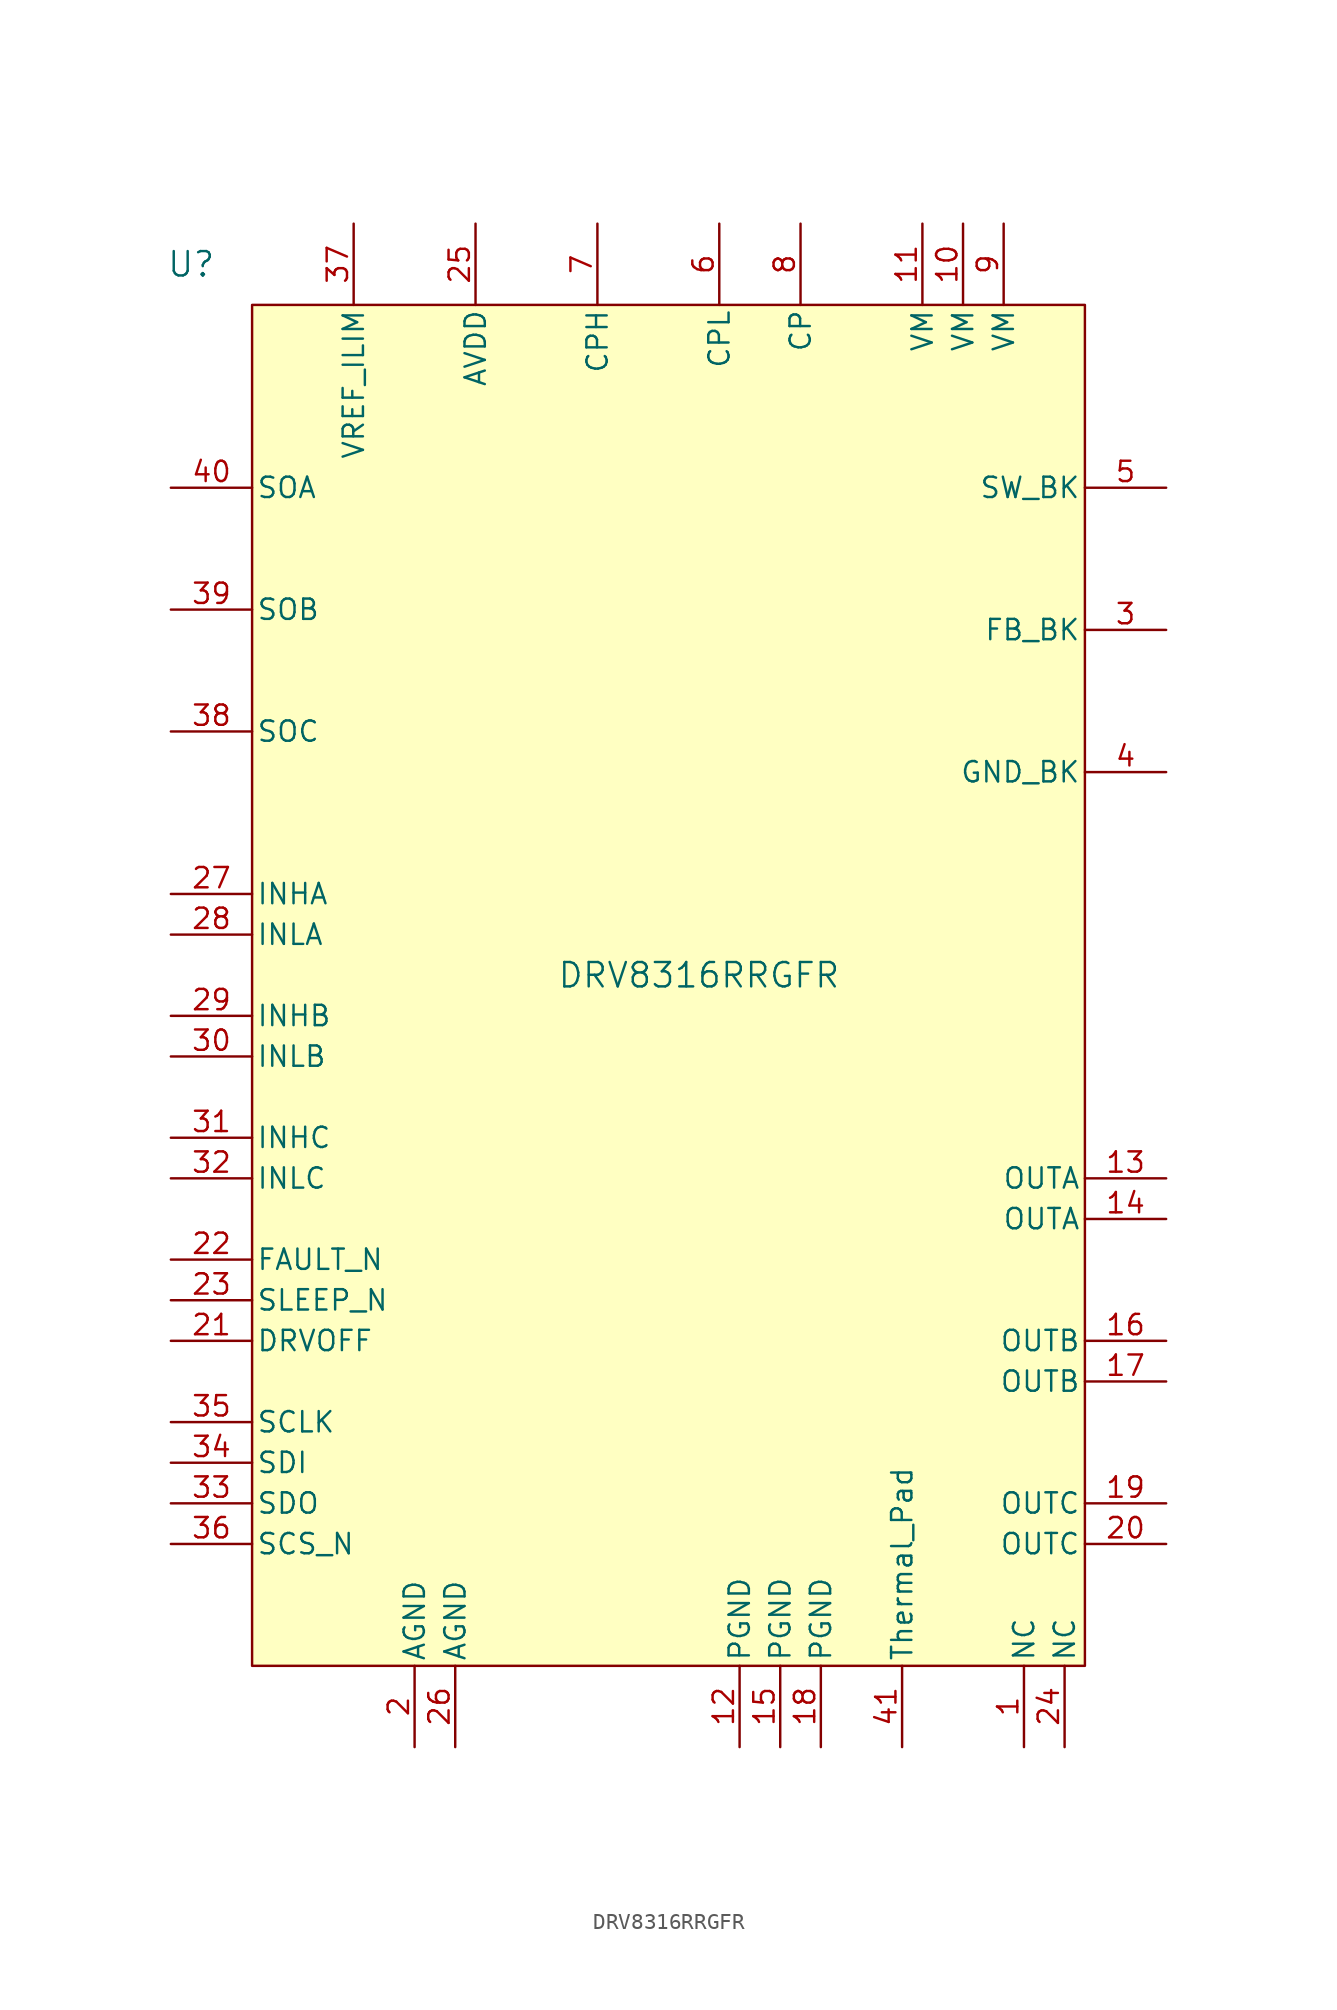
<source format=kicad_sym>
(kicad_symbol_lib
  (version 20211014)
  (generator kicad_symbol_editor)
  (symbol "DRV8316RRGFR"
    (pin_names
      (offset 0.254))
    (property "Reference" "U"
      (at -30.48 43.18 0)
      (effects (font (size 1.524 1.524))))
    (property "Value" "DRV8316RRGFR"
      (at 1.27 -1.27 0)
      (effects (font (size 1.524 1.524))))
    (property "ki_locked" ""
      (at 0 0 0)
      (effects (font (size 1.27 1.27))))
    (symbol "DRV8316RRGFR_0_1"
      (pin unspecified line (at 21.59 -49.53 90) (length 5.08) (name "NC" (effects (font (size 1.27 1.27)))) (number "1" (effects (font (size 1.27 1.27)))))
      (pin power_in line (at 17.78 45.72 270) (length 5.08) (name "VM" (effects (font (size 1.27 1.27)))) (number "10" (effects (font (size 1.27 1.27)))))
      (pin power_in line (at 15.24 45.72 270) (length 5.08) (name "VM" (effects (font (size 1.27 1.27)))) (number "11" (effects (font (size 1.27 1.27)))))
      (pin power_in line (at 3.81 -49.53 90) (length 5.08) (name "PGND" (effects (font (size 1.27 1.27)))) (number "12" (effects (font (size 1.27 1.27)))))
      (pin unspecified line (at 30.48 -13.97 180) (length 5.08) (name "OUTA" (effects (font (size 1.27 1.27)))) (number "13" (effects (font (size 1.27 1.27)))))
      (pin unspecified line (at 30.48 -16.51 180) (length 5.08) (name "OUTA" (effects (font (size 1.27 1.27)))) (number "14" (effects (font (size 1.27 1.27)))))
      (pin power_in line (at 6.35 -49.53 90) (length 5.08) (name "PGND" (effects (font (size 1.27 1.27)))) (number "15" (effects (font (size 1.27 1.27)))))
      (pin unspecified line (at 30.48 -24.13 180) (length 5.08) (name "OUTB" (effects (font (size 1.27 1.27)))) (number "16" (effects (font (size 1.27 1.27)))))
      (pin unspecified line (at 30.48 -26.67 180) (length 5.08) (name "OUTB" (effects (font (size 1.27 1.27)))) (number "17" (effects (font (size 1.27 1.27)))))
      (pin power_in line (at 8.89 -49.53 90) (length 5.08) (name "PGND" (effects (font (size 1.27 1.27)))) (number "18" (effects (font (size 1.27 1.27)))))
      (pin unspecified line (at 30.48 -34.29 180) (length 5.08) (name "OUTC" (effects (font (size 1.27 1.27)))) (number "19" (effects (font (size 1.27 1.27)))))
      (pin power_in line (at -16.51 -49.53 90) (length 5.08) (name "AGND" (effects (font (size 1.27 1.27)))) (number "2" (effects (font (size 1.27 1.27)))))
      (pin unspecified line (at 30.48 -36.83 180) (length 5.08) (name "OUTC" (effects (font (size 1.27 1.27)))) (number "20" (effects (font (size 1.27 1.27)))))
      (pin input line (at -31.75 -24.13 0) (length 5.08) (name "DRVOFF" (effects (font (size 1.27 1.27)))) (number "21" (effects (font (size 1.27 1.27)))))
      (pin open_collector line (at -31.75 -19.05 0) (length 5.08) (name "FAULT_N" (effects (font (size 1.27 1.27)))) (number "22" (effects (font (size 1.27 1.27)))))
      (pin input line (at -31.75 -21.59 0) (length 5.08) (name "SLEEP_N" (effects (font (size 1.27 1.27)))) (number "23" (effects (font (size 1.27 1.27)))))
      (pin unspecified line (at 24.13 -49.53 90) (length 5.08) (name "NC" (effects (font (size 1.27 1.27)))) (number "24" (effects (font (size 1.27 1.27)))))
      (pin power_in line (at -12.7 45.72 270) (length 5.08) (name "AVDD" (effects (font (size 1.27 1.27)))) (number "25" (effects (font (size 1.27 1.27)))))
      (pin power_in line (at -13.97 -49.53 90) (length 5.08) (name "AGND" (effects (font (size 1.27 1.27)))) (number "26" (effects (font (size 1.27 1.27)))))
      (pin input line (at -31.75 3.81 0) (length 5.08) (name "INHA" (effects (font (size 1.27 1.27)))) (number "27" (effects (font (size 1.27 1.27)))))
      (pin input line (at -31.75 1.27 0) (length 5.08) (name "INLA" (effects (font (size 1.27 1.27)))) (number "28" (effects (font (size 1.27 1.27)))))
      (pin input line (at -31.75 -3.81 0) (length 5.08) (name "INHB" (effects (font (size 1.27 1.27)))) (number "29" (effects (font (size 1.27 1.27)))))
      (pin unspecified line (at 30.48 20.32 180) (length 5.08) (name "FB_BK" (effects (font (size 1.27 1.27)))) (number "3" (effects (font (size 1.27 1.27)))))
      (pin input line (at -31.75 -6.35 0) (length 5.08) (name "INLB" (effects (font (size 1.27 1.27)))) (number "30" (effects (font (size 1.27 1.27)))))
      (pin input line (at -31.75 -11.43 0) (length 5.08) (name "INHC" (effects (font (size 1.27 1.27)))) (number "31" (effects (font (size 1.27 1.27)))))
      (pin input line (at -31.75 -13.97 0) (length 5.08) (name "INLC" (effects (font (size 1.27 1.27)))) (number "32" (effects (font (size 1.27 1.27)))))
      (pin output line (at -31.75 -34.29 0) (length 5.08) (name "SDO" (effects (font (size 1.27 1.27)))) (number "33" (effects (font (size 1.27 1.27)))))
      (pin input line (at -31.75 -31.75 0) (length 5.08) (name "SDI" (effects (font (size 1.27 1.27)))) (number "34" (effects (font (size 1.27 1.27)))))
      (pin input line (at -31.75 -29.21 0) (length 5.08) (name "SCLK" (effects (font (size 1.27 1.27)))) (number "35" (effects (font (size 1.27 1.27)))))
      (pin input line (at -31.75 -36.83 0) (length 5.08) (name "SCS_N" (effects (font (size 1.27 1.27)))) (number "36" (effects (font (size 1.27 1.27)))))
      (pin unspecified line (at -20.32 45.72 270) (length 5.08) (name "VREF_ILIM" (effects (font (size 1.27 1.27)))) (number "37" (effects (font (size 1.27 1.27)))))
      (pin unspecified line (at -31.75 13.97 0) (length 5.08) (name "SOC" (effects (font (size 1.27 1.27)))) (number "38" (effects (font (size 1.27 1.27)))))
      (pin unspecified line (at -31.75 21.59 0) (length 5.08) (name "SOB" (effects (font (size 1.27 1.27)))) (number "39" (effects (font (size 1.27 1.27)))))
      (pin power_in line (at 30.48 11.43 180) (length 5.08) (name "GND_BK" (effects (font (size 1.27 1.27)))) (number "4" (effects (font (size 1.27 1.27)))))
      (pin unspecified line (at -31.75 29.21 0) (length 5.08) (name "SOA" (effects (font (size 1.27 1.27)))) (number "40" (effects (font (size 1.27 1.27)))))
      (pin power_in line (at 13.97 -49.53 90) (length 5.08) (name "Thermal_Pad" (effects (font (size 1.27 1.27)))) (number "41" (effects (font (size 1.27 1.27)))))
      (pin unspecified line (at 30.48 29.21 180) (length 5.08) (name "SW_BK" (effects (font (size 1.27 1.27)))) (number "5" (effects (font (size 1.27 1.27)))))
      (pin unspecified line (at 2.54 45.72 270) (length 5.08) (name "CPL" (effects (font (size 1.27 1.27)))) (number "6" (effects (font (size 1.27 1.27)))))
      (pin unspecified line (at -5.08 45.72 270) (length 5.08) (name "CPH" (effects (font (size 1.27 1.27)))) (number "7" (effects (font (size 1.27 1.27)))))
      (pin unspecified line (at 7.62 45.72 270) (length 5.08) (name "CP" (effects (font (size 1.27 1.27)))) (number "8" (effects (font (size 1.27 1.27)))))
      (pin power_in line (at 20.32 45.72 270) (length 5.08) (name "VM" (effects (font (size 1.27 1.27)))) (number "9" (effects (font (size 1.27 1.27))))))
    (symbol "DRV8316RRGFR_1_1"
      (rectangle (start -26.67 40.64) (end 25.4 -44.45) (stroke (width 0) (type default) (color 0 0 0 0)) (fill (type background))))))
</source>
